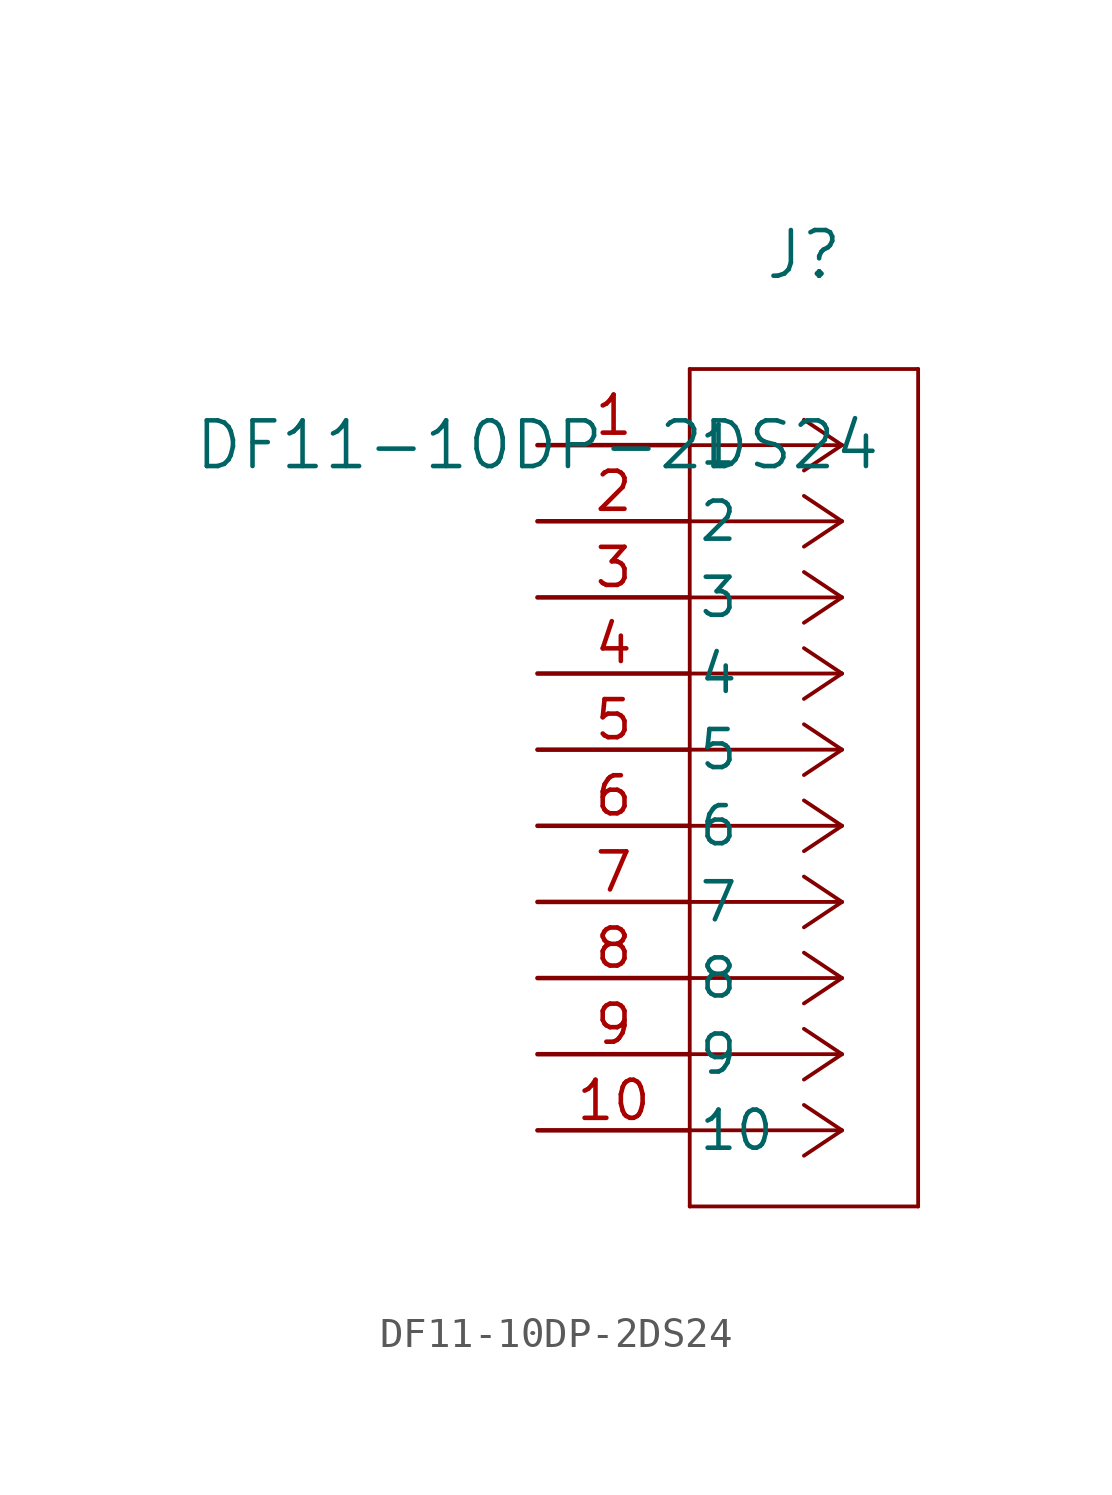
<source format=kicad_sym>
(kicad_symbol_lib
  (version 20211014)
  (generator kicad_symbol_editor)
  (symbol "DF11-10DP-2DS24"
    (pin_names
      (offset 0.254))
    (property "Reference" "J"
      (at 8.89 6.35 0)
      (effects (font (size 1.524 1.524))))
    (property "Value" "DF11-10DP-2DS24"
      (at 0 0 0)
      (effects (font (size 1.524 1.524))))
    (symbol "DF11-10DP-2DS24_0_1"
      (polyline (pts (xy 10.16 0) (xy 5.08 0)) (stroke (width 0.127) (type default) (color 0 0 0 0)) (fill (type none)))
      (polyline (pts (xy 10.16 -2.54) (xy 5.08 -2.54)) (stroke (width 0.127) (type default) (color 0 0 0 0)) (fill (type none)))
      (polyline (pts (xy 10.16 -5.08) (xy 5.08 -5.08)) (stroke (width 0.127) (type default) (color 0 0 0 0)) (fill (type none)))
      (polyline (pts (xy 10.16 -7.62) (xy 5.08 -7.62)) (stroke (width 0.127) (type default) (color 0 0 0 0)) (fill (type none)))
      (polyline (pts (xy 10.16 -10.16) (xy 5.08 -10.16)) (stroke (width 0.127) (type default) (color 0 0 0 0)) (fill (type none)))
      (polyline (pts (xy 10.16 -12.7) (xy 5.08 -12.7)) (stroke (width 0.127) (type default) (color 0 0 0 0)) (fill (type none)))
      (polyline (pts (xy 10.16 -15.24) (xy 5.08 -15.24)) (stroke (width 0.127) (type default) (color 0 0 0 0)) (fill (type none)))
      (polyline (pts (xy 10.16 -17.78) (xy 5.08 -17.78)) (stroke (width 0.127) (type default) (color 0 0 0 0)) (fill (type none)))
      (polyline (pts (xy 10.16 -20.32) (xy 5.08 -20.32)) (stroke (width 0.127) (type default) (color 0 0 0 0)) (fill (type none)))
      (polyline (pts (xy 10.16 -22.86) (xy 5.08 -22.86)) (stroke (width 0.127) (type default) (color 0 0 0 0)) (fill (type none)))
      (polyline (pts (xy 10.16 0) (xy 8.89 0.847)) (stroke (width 0.127) (type default) (color 0 0 0 0)) (fill (type none)))
      (polyline (pts (xy 10.16 -2.54) (xy 8.89 -1.693)) (stroke (width 0.127) (type default) (color 0 0 0 0)) (fill (type none)))
      (polyline (pts (xy 10.16 -5.08) (xy 8.89 -4.233)) (stroke (width 0.127) (type default) (color 0 0 0 0)) (fill (type none)))
      (polyline (pts (xy 10.16 -7.62) (xy 8.89 -6.773)) (stroke (width 0.127) (type default) (color 0 0 0 0)) (fill (type none)))
      (polyline (pts (xy 10.16 -10.16) (xy 8.89 -9.313)) (stroke (width 0.127) (type default) (color 0 0 0 0)) (fill (type none)))
      (polyline (pts (xy 10.16 -12.7) (xy 8.89 -11.853)) (stroke (width 0.127) (type default) (color 0 0 0 0)) (fill (type none)))
      (polyline (pts (xy 10.16 -15.24) (xy 8.89 -14.393)) (stroke (width 0.127) (type default) (color 0 0 0 0)) (fill (type none)))
      (polyline (pts (xy 10.16 -17.78) (xy 8.89 -16.933)) (stroke (width 0.127) (type default) (color 0 0 0 0)) (fill (type none)))
      (polyline (pts (xy 10.16 -20.32) (xy 8.89 -19.473)) (stroke (width 0.127) (type default) (color 0 0 0 0)) (fill (type none)))
      (polyline (pts (xy 10.16 -22.86) (xy 8.89 -22.013)) (stroke (width 0.127) (type default) (color 0 0 0 0)) (fill (type none)))
      (polyline (pts (xy 10.16 0) (xy 8.89 -0.847)) (stroke (width 0.127) (type default) (color 0 0 0 0)) (fill (type none)))
      (polyline (pts (xy 10.16 -2.54) (xy 8.89 -3.387)) (stroke (width 0.127) (type default) (color 0 0 0 0)) (fill (type none)))
      (polyline (pts (xy 10.16 -5.08) (xy 8.89 -5.927)) (stroke (width 0.127) (type default) (color 0 0 0 0)) (fill (type none)))
      (polyline (pts (xy 10.16 -7.62) (xy 8.89 -8.467)) (stroke (width 0.127) (type default) (color 0 0 0 0)) (fill (type none)))
      (polyline (pts (xy 10.16 -10.16) (xy 8.89 -11.007)) (stroke (width 0.127) (type default) (color 0 0 0 0)) (fill (type none)))
      (polyline (pts (xy 10.16 -12.7) (xy 8.89 -13.547)) (stroke (width 0.127) (type default) (color 0 0 0 0)) (fill (type none)))
      (polyline (pts (xy 10.16 -15.24) (xy 8.89 -16.087)) (stroke (width 0.127) (type default) (color 0 0 0 0)) (fill (type none)))
      (polyline (pts (xy 10.16 -17.78) (xy 8.89 -18.627)) (stroke (width 0.127) (type default) (color 0 0 0 0)) (fill (type none)))
      (polyline (pts (xy 10.16 -20.32) (xy 8.89 -21.167)) (stroke (width 0.127) (type default) (color 0 0 0 0)) (fill (type none)))
      (polyline (pts (xy 10.16 -22.86) (xy 8.89 -23.707)) (stroke (width 0.127) (type default) (color 0 0 0 0)) (fill (type none)))
      (polyline (pts (xy 5.08 2.54) (xy 5.08 -25.4)) (stroke (width 0.127) (type default) (color 0 0 0 0)) (fill (type none)))
      (polyline (pts (xy 5.08 -25.4) (xy 12.7 -25.4)) (stroke (width 0.127) (type default) (color 0 0 0 0)) (fill (type none)))
      (polyline (pts (xy 12.7 -25.4) (xy 12.7 2.54)) (stroke (width 0.127) (type default) (color 0 0 0 0)) (fill (type none)))
      (polyline (pts (xy 12.7 2.54) (xy 5.08 2.54)) (stroke (width 0.127) (type default) (color 0 0 0 0)) (fill (type none)))
      (pin unspecified line (at 0 0 0) (length 5.08) (name "1" (effects (font (size 1.27 1.27)))) (number "1" (effects (font (size 1.27 1.27)))))
      (pin unspecified line (at 0 -2.54 0) (length 5.08) (name "2" (effects (font (size 1.27 1.27)))) (number "2" (effects (font (size 1.27 1.27)))))
      (pin unspecified line (at 0 -5.08 0) (length 5.08) (name "3" (effects (font (size 1.27 1.27)))) (number "3" (effects (font (size 1.27 1.27)))))
      (pin unspecified line (at 0 -7.62 0) (length 5.08) (name "4" (effects (font (size 1.27 1.27)))) (number "4" (effects (font (size 1.27 1.27)))))
      (pin unspecified line (at 0 -10.16 0) (length 5.08) (name "5" (effects (font (size 1.27 1.27)))) (number "5" (effects (font (size 1.27 1.27)))))
      (pin unspecified line (at 0 -12.7 0) (length 5.08) (name "6" (effects (font (size 1.27 1.27)))) (number "6" (effects (font (size 1.27 1.27)))))
      (pin unspecified line (at 0 -15.24 0) (length 5.08) (name "7" (effects (font (size 1.27 1.27)))) (number "7" (effects (font (size 1.27 1.27)))))
      (pin unspecified line (at 0 -17.78 0) (length 5.08) (name "8" (effects (font (size 1.27 1.27)))) (number "8" (effects (font (size 1.27 1.27)))))
      (pin unspecified line (at 0 -20.32 0) (length 5.08) (name "9" (effects (font (size 1.27 1.27)))) (number "9" (effects (font (size 1.27 1.27)))))
      (pin unspecified line (at 0 -22.86 0) (length 5.08) (name "10" (effects (font (size 1.27 1.27)))) (number "10" (effects (font (size 1.27 1.27))))))))
</source>
